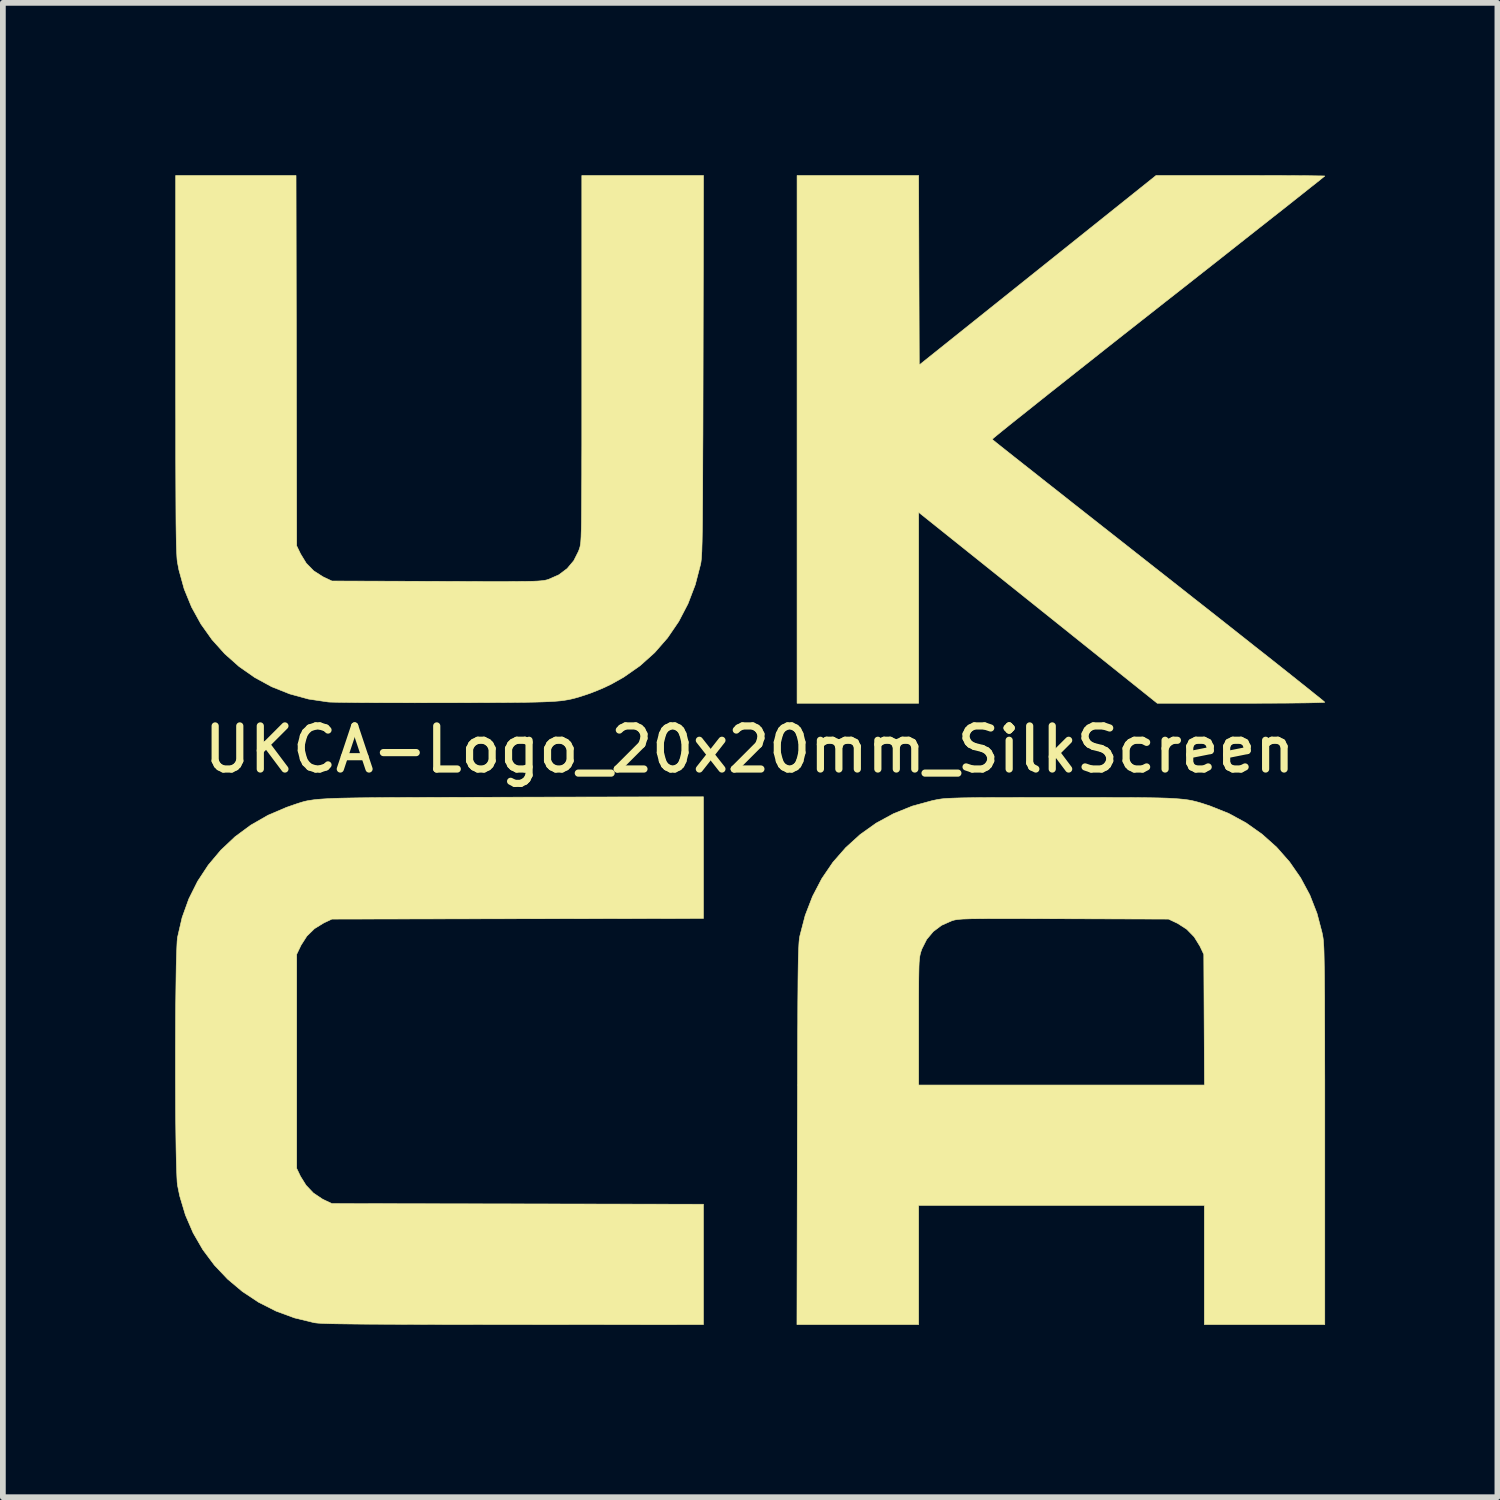
<source format=kicad_pcb>
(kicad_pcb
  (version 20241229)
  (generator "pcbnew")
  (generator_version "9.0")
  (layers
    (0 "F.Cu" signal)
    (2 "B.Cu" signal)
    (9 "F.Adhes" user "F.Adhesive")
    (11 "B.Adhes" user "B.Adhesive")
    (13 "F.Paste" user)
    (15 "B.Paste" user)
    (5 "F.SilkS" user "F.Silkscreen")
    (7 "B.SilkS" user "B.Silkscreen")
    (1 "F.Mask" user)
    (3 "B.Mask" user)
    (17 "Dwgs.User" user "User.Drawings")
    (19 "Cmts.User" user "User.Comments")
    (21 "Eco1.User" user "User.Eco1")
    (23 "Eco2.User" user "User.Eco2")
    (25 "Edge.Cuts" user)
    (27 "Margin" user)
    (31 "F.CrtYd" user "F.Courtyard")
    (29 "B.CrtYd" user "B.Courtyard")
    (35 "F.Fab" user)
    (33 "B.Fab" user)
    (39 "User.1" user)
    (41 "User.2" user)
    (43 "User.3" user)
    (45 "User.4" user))
  (footprint "UKCA-Logo_20x20mm_SilkScreen"
    (layer "F.Cu")
    (at 9.999 9.996)
    (property "Reference" "UKCA-Logo_20x20mm_SilkScreen" (at 0 0 0) (layer "F.SilkS") (effects (font (size 0.75 0.75) (thickness 0.125))))
    (attr exclude_from_pos_files exclude_from_bom allow_missing_courtyard)
    (fp_poly (pts (xy 2.947 -8.342) (xy 2.953 -6.693) (xy 5.014 -8.342) (xy 7.075 -9.991) (xy 8.543 -9.991) (xy 8.788 -9.991) (xy 9.021 -9.99) (xy 9.237 -9.99) (xy 9.433 -9.989) (xy 9.607 -9.988) (xy 9.754 -9.987) (xy 9.871 -9.985) (xy 9.955 -9.984) (xy 10.002 -9.983) (xy 10.012 -9.982) (xy 9.995 -9.968) (xy 9.947 -9.929) (xy 9.87 -9.867) (xy 9.763 -9.783) (xy 9.631 -9.678) (xy 9.473 -9.553) (xy 9.293 -9.41) (xy 9.09 -9.251) (xy 8.868 -9.076) (xy 8.628 -8.887) (xy 8.372 -8.685) (xy 8.101 -8.471) (xy 7.817 -8.248) (xy 7.521 -8.015) (xy 7.216 -7.776) (xy 7.112 -7.694) (xy 6.804 -7.452) (xy 6.505 -7.217) (xy 6.217 -6.99) (xy 5.942 -6.772) (xy 5.681 -6.566) (xy 5.436 -6.372) (xy 5.208 -6.192) (xy 5 -6.026) (xy 4.813 -5.877) (xy 4.648 -5.746) (xy 4.508 -5.634) (xy 4.393 -5.541) (xy 4.307 -5.471) (xy 4.25 -5.424) (xy 4.224 -5.4) (xy 4.222 -5.398) (xy 4.24 -5.384) (xy 4.289 -5.344) (xy 4.368 -5.281) (xy 4.475 -5.196) (xy 4.609 -5.09) (xy 4.767 -4.965) (xy 4.949 -4.822) (xy 5.152 -4.661) (xy 5.375 -4.486) (xy 5.615 -4.296) (xy 5.872 -4.094) (xy 6.144 -3.88) (xy 6.428 -3.657) (xy 6.724 -3.424) (xy 7.029 -3.184) (xy 7.122 -3.111) (xy 7.43 -2.869) (xy 7.728 -2.634) (xy 8.016 -2.408) (xy 8.291 -2.191) (xy 8.552 -1.985) (xy 8.797 -1.791) (xy 9.025 -1.612) (xy 9.233 -1.447) (xy 9.421 -1.298) (xy 9.585 -1.167) (xy 9.726 -1.055) (xy 9.84 -0.963) (xy 9.927 -0.894) (xy 9.984 -0.847) (xy 10.01 -0.824) (xy 10.012 -0.822) (xy 9.991 -0.819) (xy 9.932 -0.817) (xy 9.837 -0.814) (xy 9.71 -0.811) (xy 9.554 -0.809) (xy 9.373 -0.807) (xy 9.17 -0.806) (xy 8.949 -0.805) (xy 8.712 -0.804) (xy 8.554 -0.804) (xy 7.096 -0.804) (xy 5.019 -2.466) (xy 2.942 -4.128) (xy 2.942 -0.804) (xy 0.826 -0.804) (xy 0.826 -9.991) (xy 2.942 -9.991) (xy 2.947 -8.342)) (stroke (width 0.01) (type solid)) (fill yes) (layer "F.SilkS"))
    (fp_poly (pts (xy -0.804 2.942) (xy -4.038 2.947) (xy -7.271 2.953) (xy -7.413 3.02) (xy -7.574 3.119) (xy -7.707 3.249) (xy -7.809 3.408) (xy -7.817 3.425) (xy -7.885 3.567) (xy -7.885 7.292) (xy -7.819 7.43) (xy -7.722 7.586) (xy -7.594 7.721) (xy -7.441 7.824) (xy -7.408 7.841) (xy -7.271 7.906) (xy -4.038 7.911) (xy -0.804 7.917) (xy -0.804 10.012) (xy -4.112 10.01) (xy -4.565 10.01) (xy -4.977 10.009) (xy -5.351 10.009) (xy -5.688 10.008) (xy -5.991 10.007) (xy -6.26 10.006) (xy -6.498 10.005) (xy -6.707 10.004) (xy -6.888 10.002) (xy -7.044 10) (xy -7.176 9.998) (xy -7.287 9.996) (xy -7.377 9.993) (xy -7.449 9.99) (xy -7.505 9.987) (xy -7.547 9.983) (xy -7.576 9.979) (xy -7.578 9.979) (xy -7.92 9.896) (xy -8.244 9.777) (xy -8.548 9.623) (xy -8.83 9.436) (xy -9.087 9.22) (xy -9.317 8.977) (xy -9.518 8.708) (xy -9.687 8.416) (xy -9.822 8.103) (xy -9.921 7.772) (xy -9.958 7.591) (xy -9.965 7.532) (xy -9.97 7.435) (xy -9.975 7.304) (xy -9.98 7.141) (xy -9.984 6.952) (xy -9.987 6.739) (xy -9.99 6.507) (xy -9.992 6.259) (xy -9.993 5.999) (xy -9.994 5.731) (xy -9.994 5.459) (xy -9.994 5.186) (xy -9.993 4.917) (xy -9.992 4.655) (xy -9.99 4.404) (xy -9.987 4.168) (xy -9.984 3.951) (xy -9.981 3.756) (xy -9.976 3.587) (xy -9.971 3.449) (xy -9.966 3.344) (xy -9.96 3.277) (xy -9.958 3.268) (xy -9.879 2.926) (xy -9.762 2.601) (xy -9.609 2.295) (xy -9.423 2.012) (xy -9.205 1.753) (xy -8.958 1.52) (xy -8.683 1.317) (xy -8.383 1.145) (xy -8.06 1.007) (xy -7.994 0.984) (xy -7.939 0.965) (xy -7.889 0.948) (xy -7.843 0.933) (xy -7.799 0.919) (xy -7.753 0.906) (xy -7.705 0.895) (xy -7.651 0.886) (xy -7.591 0.877) (xy -7.521 0.869) (xy -7.44 0.863) (xy -7.345 0.857) (xy -7.235 0.852) (xy -7.107 0.848) (xy -6.959 0.845) (xy -6.789 0.842) (xy -6.594 0.84) (xy -6.374 0.838) (xy -6.125 0.837) (xy -5.846 0.836) (xy -5.534 0.835) (xy -5.188 0.834) (xy -4.805 0.833) (xy -4.382 0.832) (xy -4.112 0.831) (xy -0.804 0.824) (xy -0.804 2.942)) (stroke (width 0.01) (type solid)) (fill yes) (layer "F.SilkS"))
    (fp_poly (pts (xy 6.084 0.836) (xy 6.356 0.837) (xy 6.593 0.837) (xy 6.8 0.839) (xy 6.98 0.841) (xy 7.134 0.844) (xy 7.266 0.848) (xy 7.38 0.854) (xy 7.477 0.861) (xy 7.561 0.869) (xy 7.635 0.879) (xy 7.701 0.891) (xy 7.763 0.906) (xy 7.823 0.922) (xy 7.885 0.941) (xy 7.951 0.963) (xy 8.015 0.984) (xy 8.34 1.114) (xy 8.643 1.279) (xy 8.921 1.476) (xy 9.174 1.702) (xy 9.398 1.956) (xy 9.591 2.234) (xy 9.752 2.534) (xy 9.877 2.854) (xy 9.965 3.19) (xy 9.98 3.268) (xy 9.984 3.297) (xy 9.988 3.334) (xy 9.991 3.381) (xy 9.995 3.438) (xy 9.998 3.509) (xy 10 3.596) (xy 10.002 3.699) (xy 10.004 3.823) (xy 10.006 3.967) (xy 10.007 4.135) (xy 10.009 4.329) (xy 10.009 4.55) (xy 10.01 4.801) (xy 10.011 5.083) (xy 10.011 5.398) (xy 10.012 5.75) (xy 10.012 6.138) (xy 10.012 6.567) (xy 10.012 6.734) (xy 10.012 10.012) (xy 7.916 10.012) (xy 7.916 7.938) (xy 2.942 7.938) (xy 2.942 10.012) (xy 0.824 10.012) (xy 0.831 6.715) (xy 0.833 6.274) (xy 0.834 5.874) (xy 0.835 5.512) (xy 0.836 5.186) (xy 0.837 4.894) (xy 0.838 4.742) (xy 2.942 4.742) (xy 2.942 5.842) (xy 7.918 5.842) (xy 7.912 4.704) (xy 7.906 3.567) (xy 7.839 3.425) (xy 7.739 3.263) (xy 7.609 3.13) (xy 7.451 3.028) (xy 7.434 3.02) (xy 7.292 2.953) (xy 5.472 2.947) (xy 5.152 2.946) (xy 4.872 2.945) (xy 4.629 2.944) (xy 4.419 2.944) (xy 4.241 2.944) (xy 4.09 2.945) (xy 3.965 2.946) (xy 3.862 2.947) (xy 3.779 2.95) (xy 3.713 2.952) (xy 3.661 2.956) (xy 3.62 2.96) (xy 3.587 2.965) (xy 3.559 2.971) (xy 3.534 2.978) (xy 3.514 2.985) (xy 3.342 3.061) (xy 3.198 3.169) (xy 3.082 3.307) (xy 2.999 3.472) (xy 2.986 3.509) (xy 2.976 3.54) (xy 2.968 3.572) (xy 2.961 3.608) (xy 2.956 3.652) (xy 2.951 3.709) (xy 2.948 3.781) (xy 2.946 3.873) (xy 2.944 3.989) (xy 2.943 4.132) (xy 2.942 4.306) (xy 2.942 4.516) (xy 2.942 4.742) (xy 0.838 4.742) (xy 0.838 4.635) (xy 0.839 4.405) (xy 0.841 4.204) (xy 0.842 4.028) (xy 0.844 3.877) (xy 0.846 3.747) (xy 0.848 3.637) (xy 0.851 3.545) (xy 0.854 3.469) (xy 0.857 3.407) (xy 0.86 3.356) (xy 0.864 3.315) (xy 0.868 3.282) (xy 0.873 3.254) (xy 0.875 3.244) (xy 0.967 2.89) (xy 1.095 2.558) (xy 1.256 2.249) (xy 1.449 1.965) (xy 1.673 1.709) (xy 1.924 1.481) (xy 2.202 1.283) (xy 2.505 1.118) (xy 2.832 0.986) (xy 3.179 0.891) (xy 3.266 0.873) (xy 3.302 0.867) (xy 3.342 0.861) (xy 3.388 0.856) (xy 3.443 0.852) (xy 3.509 0.849) (xy 3.591 0.846) (xy 3.69 0.843) (xy 3.809 0.841) (xy 3.951 0.839) (xy 4.118 0.838) (xy 4.314 0.837) (xy 4.542 0.837) (xy 4.803 0.836) (xy 5.102 0.836) (xy 5.429 0.836) (xy 5.776 0.836) (xy 6.084 0.836)) (stroke (width 0.01) (type solid)) (fill yes) (layer "F.SilkS"))
    (fp_poly (pts (xy -7.89 -6.768) (xy -7.885 -3.545) (xy -7.817 -3.404) (xy -7.718 -3.242) (xy -7.588 -3.109) (xy -7.429 -3.007) (xy -7.413 -2.999) (xy -7.271 -2.932) (xy -5.45 -2.926) (xy -5.131 -2.925) (xy -4.851 -2.924) (xy -4.608 -2.923) (xy -4.398 -2.923) (xy -4.219 -2.923) (xy -4.069 -2.924) (xy -3.944 -2.925) (xy -3.841 -2.926) (xy -3.758 -2.928) (xy -3.692 -2.931) (xy -3.64 -2.935) (xy -3.599 -2.939) (xy -3.566 -2.944) (xy -3.538 -2.95) (xy -3.513 -2.957) (xy -3.493 -2.964) (xy -3.321 -3.04) (xy -3.177 -3.148) (xy -3.061 -3.286) (xy -2.978 -3.451) (xy -2.965 -3.488) (xy -2.959 -3.506) (xy -2.953 -3.525) (xy -2.949 -3.547) (xy -2.944 -3.573) (xy -2.94 -3.607) (xy -2.937 -3.649) (xy -2.934 -3.703) (xy -2.932 -3.77) (xy -2.929 -3.851) (xy -2.927 -3.95) (xy -2.926 -4.069) (xy -2.925 -4.209) (xy -2.924 -4.372) (xy -2.923 -4.561) (xy -2.922 -4.778) (xy -2.922 -5.024) (xy -2.921 -5.302) (xy -2.921 -5.614) (xy -2.921 -5.962) (xy -2.921 -6.348) (xy -2.921 -6.774) (xy -2.921 -9.991) (xy -0.803 -9.991) (xy -0.81 -6.694) (xy -0.811 -6.253) (xy -0.812 -5.853) (xy -0.813 -5.491) (xy -0.815 -5.165) (xy -0.816 -4.873) (xy -0.817 -4.614) (xy -0.818 -4.384) (xy -0.82 -4.183) (xy -0.821 -4.007) (xy -0.823 -3.856) (xy -0.825 -3.726) (xy -0.827 -3.616) (xy -0.83 -3.524) (xy -0.832 -3.448) (xy -0.836 -3.386) (xy -0.839 -3.335) (xy -0.843 -3.294) (xy -0.847 -3.261) (xy -0.852 -3.233) (xy -0.854 -3.223) (xy -0.946 -2.868) (xy -1.073 -2.536) (xy -1.234 -2.227) (xy -1.428 -1.943) (xy -1.653 -1.685) (xy -1.909 -1.456) (xy -2.194 -1.257) (xy -2.406 -1.138) (xy -2.522 -1.082) (xy -2.65 -1.027) (xy -2.773 -0.979) (xy -2.842 -0.955) (xy -2.913 -0.932) (xy -2.976 -0.912) (xy -3.036 -0.895) (xy -3.095 -0.88) (xy -3.156 -0.867) (xy -3.222 -0.856) (xy -3.296 -0.846) (xy -3.381 -0.839) (xy -3.48 -0.833) (xy -3.596 -0.828) (xy -3.732 -0.824) (xy -3.892 -0.821) (xy -4.077 -0.819) (xy -4.292 -0.817) (xy -4.539 -0.816) (xy -4.821 -0.815) (xy -5.141 -0.814) (xy -5.271 -0.814) (xy -5.553 -0.814) (xy -5.828 -0.813) (xy -6.09 -0.814) (xy -6.336 -0.814) (xy -6.564 -0.815) (xy -6.769 -0.816) (xy -6.948 -0.818) (xy -7.099 -0.82) (xy -7.216 -0.822) (xy -7.297 -0.824) (xy -7.334 -0.826) (xy -7.678 -0.877) (xy -8.007 -0.967) (xy -8.32 -1.092) (xy -8.614 -1.252) (xy -8.887 -1.443) (xy -9.136 -1.664) (xy -9.358 -1.911) (xy -9.552 -2.184) (xy -9.714 -2.478) (xy -9.843 -2.793) (xy -9.935 -3.126) (xy -9.958 -3.247) (xy -9.963 -3.276) (xy -9.967 -3.313) (xy -9.97 -3.359) (xy -9.973 -3.417) (xy -9.976 -3.488) (xy -9.979 -3.574) (xy -9.981 -3.678) (xy -9.983 -3.801) (xy -9.985 -3.946) (xy -9.986 -4.114) (xy -9.987 -4.308) (xy -9.988 -4.529) (xy -9.989 -4.779) (xy -9.99 -5.062) (xy -9.99 -5.377) (xy -9.99 -5.728) (xy -9.991 -6.117) (xy -9.991 -6.545) (xy -9.991 -6.713) (xy -9.991 -9.991) (xy -7.896 -9.991) (xy -7.89 -6.768)) (stroke (width 0.01) (type solid)) (fill yes) (layer "F.SilkS")))
  (gr_rect
    (start -3 -3)
    (end 23.016 23.012)
    (stroke (width 0.1) (type default))
    (fill no)
    (layer "Edge.Cuts")))
</source>
